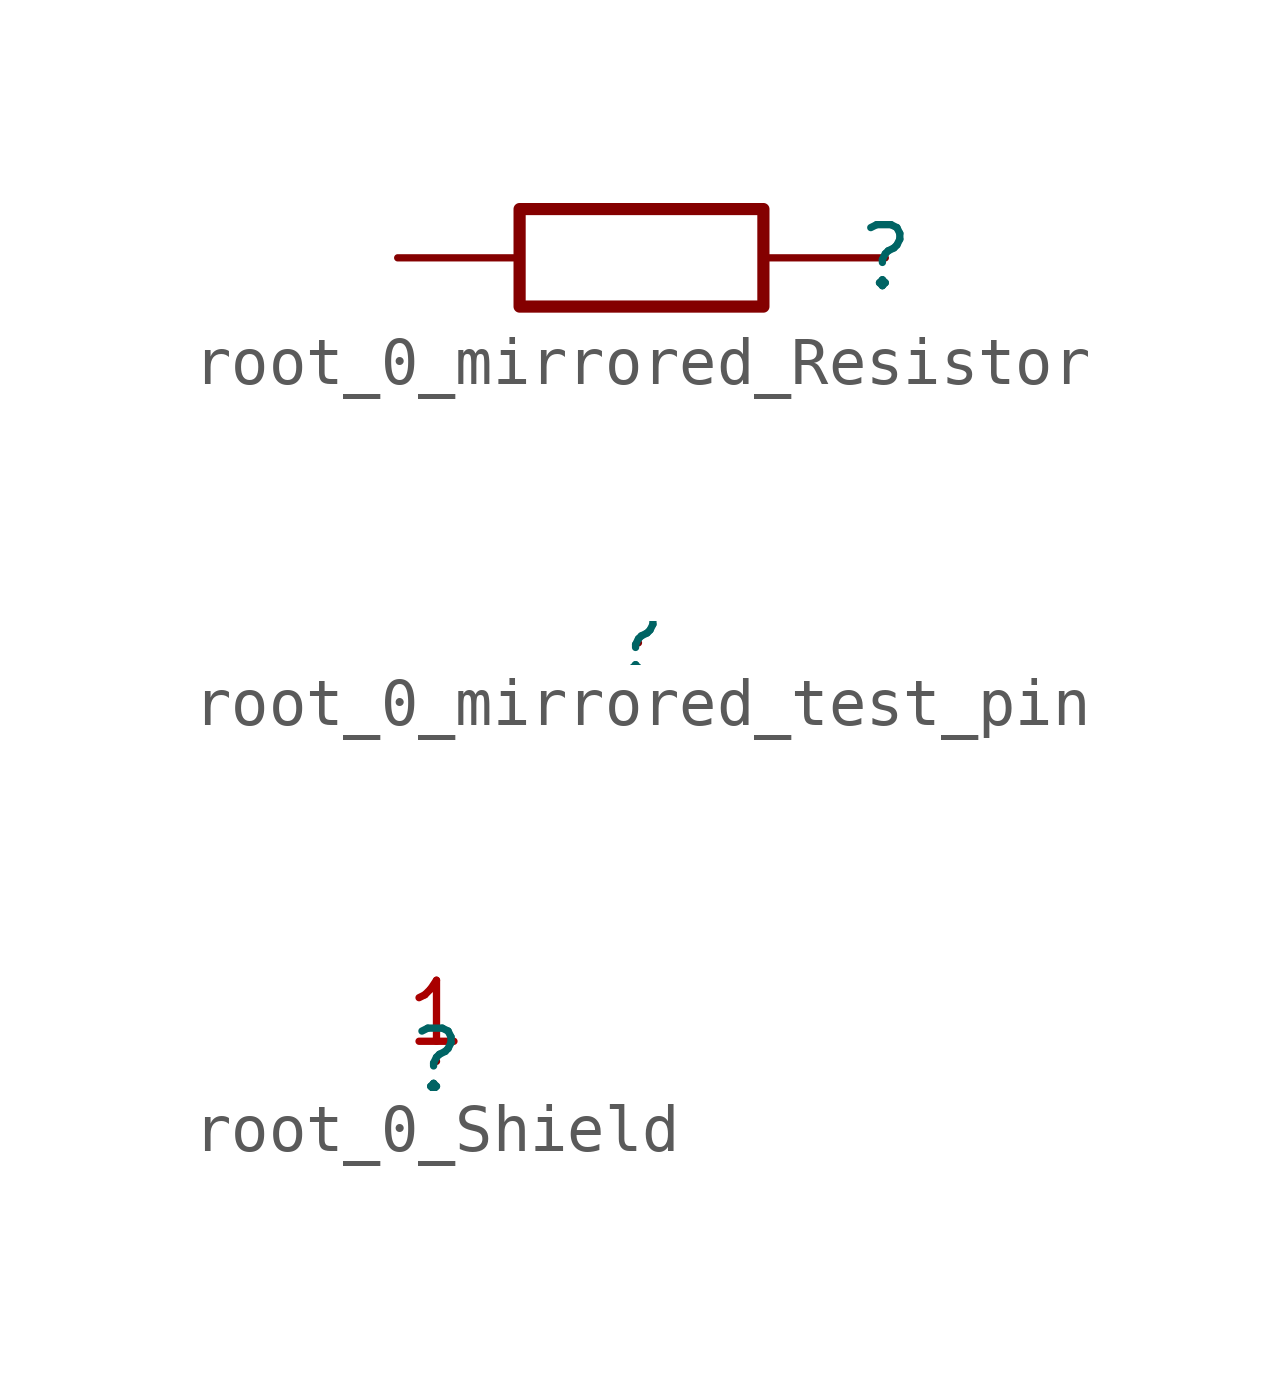
<source format=kicad_sym>
(kicad_symbol_lib
  (version 20220914)
  (generator kicad_symbol_editor)
  (symbol "root_0_mirrored_Resistor"
    (property "Reference" ""
      (at 0 0 0)
      (effects (font (size 1.27 1.27))))
    (property "Value" ""
      (at 0 0 0)
      (effects (font (size 1.27 1.27))))
    (symbol "root_0_mirrored_Resistor_1_0"
      (rectangle (start -2.54 1.016) (end -7.62 -1.016) (stroke (width 0.254) (type solid)) (fill (type none)))
      (pin passive line (at 0 0 180) (length 2.54) (name "1" (effects (font (size 0 0)))) (number "1" (effects (font (size 0 0)))))
      (pin passive line (at -10.16 0 0) (length 2.54) (name "2" (effects (font (size 0 0)))) (number "2" (effects (font (size 0 0)))))))
  (symbol "root_0_mirrored_test_pin"
    (property "Reference" ""
      (at 0 0 0)
      (effects (font (size 1.27 1.27))))
    (property "Value" ""
      (at 0 0 0)
      (effects (font (size 1.27 1.27))))
    (symbol "root_0_mirrored_test_pin_1_0"
      (pin passive line (at 0 0 0) (length 0) (name "pin" (effects (font (size 0 0)))) (number "1" (effects (font (size 0 0)))))))
  (symbol "root_0_Shield"
    (property "Reference" ""
      (at 0 0 0)
      (effects (font (size 1.27 1.27))))
    (property "Value" ""
      (at 0 0 0)
      (effects (font (size 1.27 1.27))))
    (symbol "root_0_Shield_1_0"
      (pin passive line (at 0 0 180) (length 0) (name "1" (effects (font (size 0 0)))) (number "1" (effects (font (size 1.27 1.27))))))))
</source>
